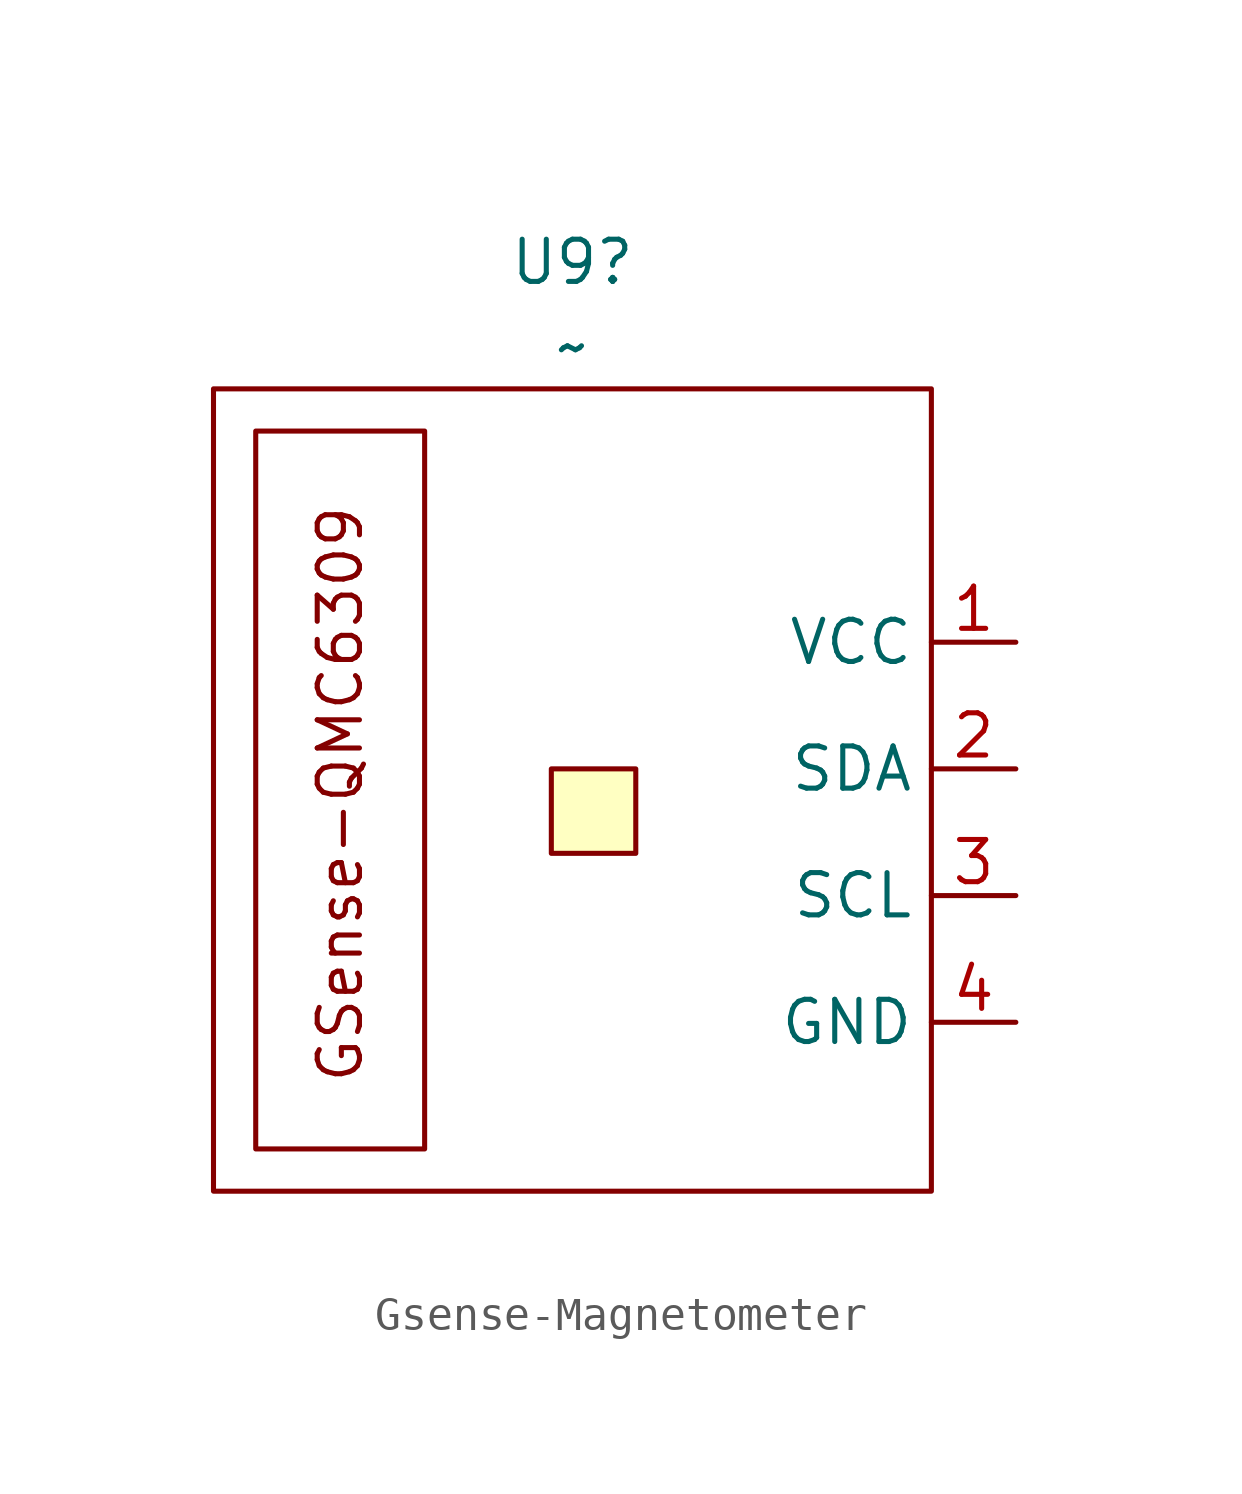
<source format=kicad_sym>
(kicad_symbol_lib
  (version 20241209)
  (generator "kicad_symbol_editor")
  (generator_version "9.0")
  (symbol "Gsense-Magnetometer"
    (property "Reference" "U9"
      (at -0.635 16.51 0)
      (effects (font (size 1.27 1.27))))
    (property "Value" "~"
      (at -0.635 13.97 0)
      (effects (font (size 1.27 1.27))))
    (symbol "Gsense-Magnetometer_0_1"
      (rectangle (start -11.43 12.7) (end 10.16 -11.43) (stroke (width 0) (type default)) (fill (type none)))
      (rectangle (start -1.27 1.27) (end 1.27 -1.27) (stroke (width 0) (type default)) (fill (type background))))
    (symbol "Gsense-Magnetometer_1_1"
      (rectangle (start -10.16 11.43) (end -5.08 -10.16) (stroke (width 0) (type default)) (fill (type none)))
      (text "GSense-QMC6309" (at -7.62 0.508 900) (effects (font (size 1.27 1.27))))
      (pin power_in line (at 12.7 5.08 180) (length 2.54) (name "VCC" (effects (font (size 1.27 1.27)))) (number "1" (effects (font (size 1.27 1.27)))))
      (pin bidirectional line (at 12.7 1.27 180) (length 2.54) (name "SDA" (effects (font (size 1.27 1.27)))) (number "2" (effects (font (size 1.27 1.27)))))
      (pin bidirectional line (at 12.7 -2.54 180) (length 2.54) (name "SCL" (effects (font (size 1.27 1.27)))) (number "3" (effects (font (size 1.27 1.27)))))
      (pin power_in line (at 12.7 -6.35 180) (length 2.54) (name "GND" (effects (font (size 1.27 1.27)))) (number "4" (effects (font (size 1.27 1.27))))))))
</source>
